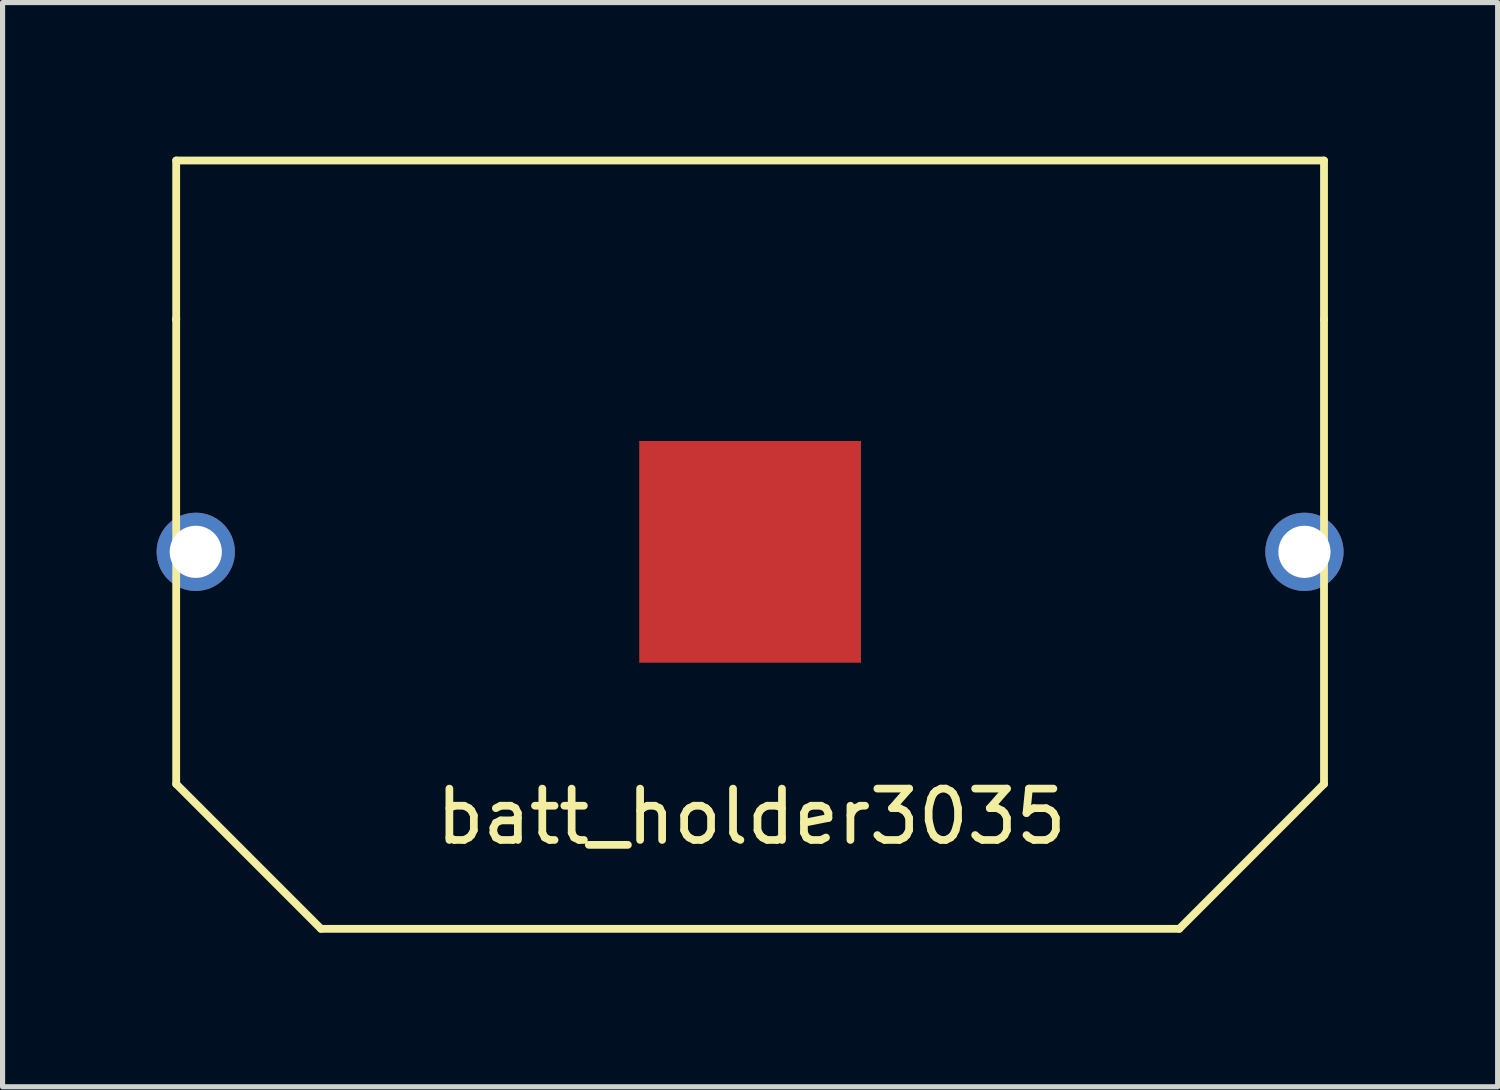
<source format=kicad_pcb>
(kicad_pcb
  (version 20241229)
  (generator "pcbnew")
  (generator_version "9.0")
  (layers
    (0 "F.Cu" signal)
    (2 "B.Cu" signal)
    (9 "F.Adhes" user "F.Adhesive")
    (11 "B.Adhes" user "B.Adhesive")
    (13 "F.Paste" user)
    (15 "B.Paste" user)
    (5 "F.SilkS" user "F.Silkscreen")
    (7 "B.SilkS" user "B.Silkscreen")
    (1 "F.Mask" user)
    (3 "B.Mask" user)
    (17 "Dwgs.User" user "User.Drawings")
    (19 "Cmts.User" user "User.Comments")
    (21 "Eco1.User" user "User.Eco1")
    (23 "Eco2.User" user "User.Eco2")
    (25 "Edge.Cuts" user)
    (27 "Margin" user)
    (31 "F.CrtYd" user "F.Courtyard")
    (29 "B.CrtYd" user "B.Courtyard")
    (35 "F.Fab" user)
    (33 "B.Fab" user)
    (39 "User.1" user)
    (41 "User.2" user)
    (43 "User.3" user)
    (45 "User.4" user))
  (footprint "batt_holder3035"
    (layer "F.Cu")
    (at 11.557 7.696)
    (property "Reference" "batt_holder3035" (at 0.025 5.156 0) (layer "F.SilkS") (effects (font (size 1 1) (thickness 0.15))))
    (attr through_hole)
    (fp_line (start -11.176 -7.62) (end -11.176 -4.521) (stroke (width 0.152) (type solid)) (layer "F.SilkS"))
    (fp_line (start -11.176 -4.521) (end -11.176 -4.547) (stroke (width 0.152) (type solid)) (layer "F.SilkS"))
    (fp_line (start -11.176 -4.521) (end -11.176 4.521) (stroke (width 0.152) (type solid)) (layer "F.SilkS"))
    (fp_line (start -11.176 4.521) (end -8.357 7.341) (stroke (width 0.152) (type solid)) (layer "F.SilkS"))
    (fp_line (start -8.357 7.341) (end 8.357 7.341) (stroke (width 0.152) (type solid)) (layer "F.SilkS"))
    (fp_line (start 8.357 7.341) (end 11.176 4.521) (stroke (width 0.152) (type solid)) (layer "F.SilkS"))
    (fp_line (start 11.176 -7.62) (end -11.176 -7.62) (stroke (width 0.152) (type solid)) (layer "F.SilkS"))
    (fp_line (start 11.176 -4.521) (end 11.176 -7.62) (stroke (width 0.152) (type solid)) (layer "F.SilkS"))
    (fp_line (start 11.176 4.521) (end 11.176 -4.521) (stroke (width 0.152) (type solid)) (layer "F.SilkS"))
    (pad "1" thru_hole circle (at -10.795 0) (size 1.524 1.524) (drill 1.016) (layers "*.Cu" "*.Mask"))
    (pad "1" thru_hole circle (at 10.795 0) (size 1.524 1.524) (drill 1.016) (layers "*.Cu" "*.Mask"))
    (pad "2" smd rect (at 0 0) (size 4.318 4.318) (layers "F.Cu" "F.Mask" "F.Paste")))
  (gr_rect
    (start -3 -3)
    (end 26.114 18.113)
    (stroke (width 0.1) (type default))
    (fill no)
    (layer "Edge.Cuts")))
</source>
